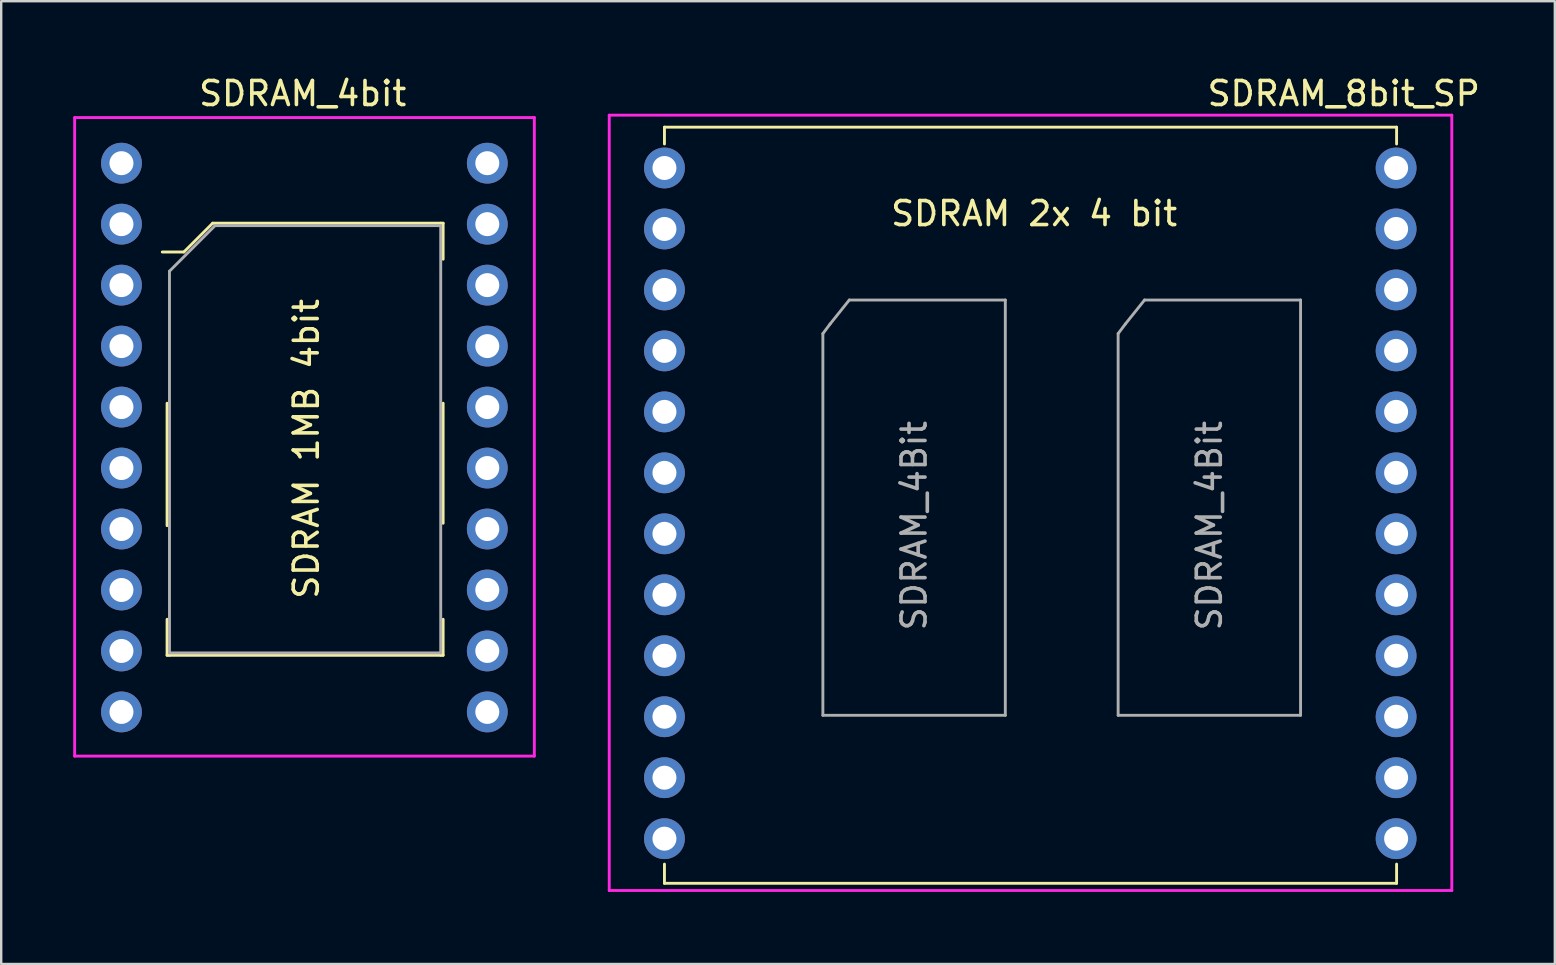
<source format=kicad_pcb>
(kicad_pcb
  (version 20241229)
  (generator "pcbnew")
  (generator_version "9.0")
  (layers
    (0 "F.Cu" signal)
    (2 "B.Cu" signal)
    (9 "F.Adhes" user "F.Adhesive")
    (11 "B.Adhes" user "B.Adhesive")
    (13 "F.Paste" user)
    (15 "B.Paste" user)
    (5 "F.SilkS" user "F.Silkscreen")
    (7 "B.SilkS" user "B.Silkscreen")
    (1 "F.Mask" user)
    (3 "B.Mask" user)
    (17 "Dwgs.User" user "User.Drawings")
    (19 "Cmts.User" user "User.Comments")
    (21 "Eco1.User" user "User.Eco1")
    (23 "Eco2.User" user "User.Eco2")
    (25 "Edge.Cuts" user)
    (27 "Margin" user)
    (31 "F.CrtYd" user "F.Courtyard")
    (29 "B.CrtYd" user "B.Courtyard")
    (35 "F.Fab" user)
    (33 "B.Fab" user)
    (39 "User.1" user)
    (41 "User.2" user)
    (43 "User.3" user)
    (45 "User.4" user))
  (footprint "SDRAM_4bit"
    (layer "F.Cu")
    (at 2.01 3.748)
    (property "Reference" "SDRAM_4bit" (at 7.55 -2.9 0) (layer "F.SilkS") (effects (font (size 1 1) (thickness 0.15))))
    (attr through_hole)
    (fp_line (start 1.9 10) (end 1.9 15.1) (stroke (width 0.12) (type solid)) (layer "F.SilkS"))
    (fp_line (start 1.9 20.5) (end 1.9 19) (stroke (width 0.12) (type solid)) (layer "F.SilkS"))
    (fp_line (start 2 20.5) (end 1.9 20.5) (stroke (width 0.12) (type solid)) (layer "F.SilkS"))
    (fp_line (start 2 20.5) (end 13.3 20.5) (stroke (width 0.12) (type solid)) (layer "F.SilkS"))
    (fp_line (start 2.6 3.7) (end 1.7 3.7) (stroke (width 0.12) (type solid)) (layer "F.SilkS"))
    (fp_line (start 3.8 2.5) (end 2.6 3.7) (stroke (width 0.12) (type solid)) (layer "F.SilkS"))
    (fp_line (start 13.3 2.5) (end 3.8 2.5) (stroke (width 0.12) (type solid)) (layer "F.SilkS"))
    (fp_line (start 13.3 2.5) (end 13.4 2.5) (stroke (width 0.12) (type solid)) (layer "F.SilkS"))
    (fp_line (start 13.3 20.5) (end 13.4 20.5) (stroke (width 0.12) (type solid)) (layer "F.SilkS"))
    (fp_line (start 13.4 2.5) (end 13.4 4) (stroke (width 0.12) (type solid)) (layer "F.SilkS"))
    (fp_line (start 13.4 10) (end 13.4 15) (stroke (width 0.12) (type solid)) (layer "F.SilkS"))
    (fp_line (start 13.4 20.5) (end 13.4 19) (stroke (width 0.12) (type solid)) (layer "F.SilkS"))
    (fp_line (start -1.95 -1.9) (end -1.95 24.7) (stroke (width 0.12) (type solid)) (layer "F.CrtYd"))
    (fp_line (start -1.95 -1.9) (end 17.2 -1.9) (stroke (width 0.12) (type solid)) (layer "F.CrtYd"))
    (fp_line (start -1.95 24.7) (end 17.2 24.7) (stroke (width 0.12) (type solid)) (layer "F.CrtYd"))
    (fp_line (start 17.2 -1.9) (end 17.2 24.7) (stroke (width 0.12) (type solid)) (layer "F.CrtYd"))
    (fp_line (start 2 4.5) (end 2 20.4) (stroke (width 0.12) (type solid)) (layer "F.Fab"))
    (fp_line (start 2 20.4) (end 13.3 20.4) (stroke (width 0.12) (type solid)) (layer "F.Fab"))
    (fp_line (start 3.9 2.6) (end 2 4.5) (stroke (width 0.12) (type solid)) (layer "F.Fab"))
    (fp_line (start 13.3 2.6) (end 3.9 2.6) (stroke (width 0.12) (type solid)) (layer "F.Fab"))
    (fp_line (start 13.3 20.4) (end 13.3 2.6) (stroke (width 0.12) (type solid)) (layer "F.Fab"))
    (fp_text user "SDRAM 1MB 4bit" (at 7.7 11.9 90) (layer "F.SilkS") (effects (font (size 1 1) (thickness 0.15))))
    (pad "1" thru_hole oval (at 0 0) (size 1.7 1.7) (drill 1) (layers "*.Cu" "*.Mask"))
    (pad "2" thru_hole oval (at 0 2.54) (size 1.7 1.7) (drill 1) (layers "*.Cu" "*.Mask"))
    (pad "3" thru_hole oval (at 0 5.08) (size 1.7 1.7) (drill 1) (layers "*.Cu" "*.Mask"))
    (pad "4" thru_hole oval (at 0 7.62) (size 1.7 1.7) (drill 1) (layers "*.Cu" "*.Mask"))
    (pad "5" thru_hole oval (at 0 10.16) (size 1.7 1.7) (drill 1) (layers "*.Cu" "*.Mask"))
    (pad "6" thru_hole oval (at 0 12.7) (size 1.7 1.7) (drill 1) (layers "*.Cu" "*.Mask"))
    (pad "7" thru_hole oval (at 0 15.24) (size 1.7 1.7) (drill 1) (layers "*.Cu" "*.Mask"))
    (pad "8" thru_hole oval (at 0 17.78) (size 1.7 1.7) (drill 1) (layers "*.Cu" "*.Mask"))
    (pad "9" thru_hole oval (at 0 20.32) (size 1.7 1.7) (drill 1) (layers "*.Cu" "*.Mask"))
    (pad "10" thru_hole oval (at 0 22.86) (size 1.7 1.7) (drill 1) (layers "*.Cu" "*.Mask"))
    (pad "11" thru_hole oval (at 15.24 22.86) (size 1.7 1.7) (drill 1) (layers "*.Cu" "*.Mask"))
    (pad "12" thru_hole oval (at 15.24 20.32) (size 1.7 1.7) (drill 1) (layers "*.Cu" "*.Mask"))
    (pad "13" thru_hole oval (at 15.24 17.78) (size 1.7 1.7) (drill 1) (layers "*.Cu" "*.Mask"))
    (pad "14" thru_hole oval (at 15.24 15.24) (size 1.7 1.7) (drill 1) (layers "*.Cu" "*.Mask"))
    (pad "15" thru_hole oval (at 15.24 12.7) (size 1.7 1.7) (drill 1) (layers "*.Cu" "*.Mask"))
    (pad "16" thru_hole oval (at 15.24 10.16) (size 1.7 1.7) (drill 1) (layers "*.Cu" "*.Mask"))
    (pad "17" thru_hole oval (at 15.24 7.62) (size 1.7 1.7) (drill 1) (layers "*.Cu" "*.Mask"))
    (pad "18" thru_hole oval (at 15.24 5.08) (size 1.7 1.7) (drill 1) (layers "*.Cu" "*.Mask"))
    (pad "19" thru_hole oval (at 15.24 2.54) (size 1.7 1.7) (drill 1) (layers "*.Cu" "*.Mask"))
    (pad "20" thru_hole oval (at 15.24 0) (size 1.7 1.7) (drill 1) (layers "*.Cu" "*.Mask")))
  (footprint "SDRAM_8bit_SP"
    (layer "F.Cu")
    (at 24.63 3.948)
    (property "Reference" "SDRAM_8bit_SP" (at 28.3 -3.1 0) (layer "F.SilkS") (effects (font (size 1 1) (thickness 0.15))))
    (attr through_hole)
    (fp_line (start 0 -1.7) (end 30.5 -1.7) (stroke (width 0.12) (type solid)) (layer "F.SilkS"))
    (fp_line (start 0 -1) (end 0 -1.7) (stroke (width 0.12) (type solid)) (layer "F.SilkS"))
    (fp_line (start 0 29) (end 0 29.8) (stroke (width 0.12) (type solid)) (layer "F.SilkS"))
    (fp_line (start 0 29.8) (end 30.5 29.8) (stroke (width 0.12) (type solid)) (layer "F.SilkS"))
    (fp_line (start 30.5 -1.7) (end 30.5 -1) (stroke (width 0.12) (type solid)) (layer "F.SilkS"))
    (fp_line (start 30.5 29.8) (end 30.5 29) (stroke (width 0.12) (type solid)) (layer "F.SilkS"))
    (fp_line (start -2.3 -2.2) (end -2.3 30.1) (stroke (width 0.12) (type solid)) (layer "F.CrtYd"))
    (fp_line (start 32.8 -2.2) (end -2.3 -2.2) (stroke (width 0.12) (type solid)) (layer "F.CrtYd"))
    (fp_line (start 32.8 30.1) (end -2.3 30.1) (stroke (width 0.12) (type solid)) (layer "F.CrtYd"))
    (fp_line (start 32.8 30.1) (end 32.8 -2.2) (stroke (width 0.12) (type solid)) (layer "F.CrtYd"))
    (fp_line (start 6.6 6.9) (end 6.9 6.5) (stroke (width 0.12) (type solid)) (layer "F.Fab"))
    (fp_line (start 6.6 22.8) (end 6.6 6.9) (stroke (width 0.12) (type solid)) (layer "F.Fab"))
    (fp_line (start 6.6 22.8) (end 14.2 22.8) (stroke (width 0.12) (type solid)) (layer "F.Fab"))
    (fp_line (start 7.7 5.5) (end 6.9 6.5) (stroke (width 0.12) (type solid)) (layer "F.Fab"))
    (fp_line (start 14.2 5.5) (end 7.7 5.5) (stroke (width 0.12) (type solid)) (layer "F.Fab"))
    (fp_line (start 14.2 22.8) (end 14.2 5.5) (stroke (width 0.12) (type solid)) (layer "F.Fab"))
    (fp_line (start 18.9 6.9) (end 19.2 6.5) (stroke (width 0.12) (type solid)) (layer "F.Fab"))
    (fp_line (start 18.9 22.8) (end 18.9 6.9) (stroke (width 0.12) (type solid)) (layer "F.Fab"))
    (fp_line (start 18.9 22.8) (end 26.5 22.8) (stroke (width 0.12) (type solid)) (layer "F.Fab"))
    (fp_line (start 20 5.5) (end 19.2 6.5) (stroke (width 0.12) (type solid)) (layer "F.Fab"))
    (fp_line (start 26.5 5.5) (end 20 5.5) (stroke (width 0.12) (type solid)) (layer "F.Fab"))
    (fp_line (start 26.5 22.8) (end 26.5 5.5) (stroke (width 0.12) (type solid)) (layer "F.Fab"))
    (fp_text user "SDRAM 2x 4 bit" (at 15.4 1.9 0) (layer "F.SilkS") (effects (font (size 1 1) (thickness 0.15))))
    (fp_text user "SDRAM_4Bit" (at 10.4 14.9 270) (layer "F.Fab") (effects (font (size 1 1) (thickness 0.15))))
    (fp_text user "SDRAM_4Bit" (at 22.7 14.9 270) (layer "F.Fab") (effects (font (size 1 1) (thickness 0.15))))
    (pad "1" thru_hole oval (at 0 0) (size 1.7 1.7) (drill 1) (layers "*.Cu" "*.Mask"))
    (pad "2" thru_hole oval (at 0 2.54) (size 1.7 1.7) (drill 1) (layers "*.Cu" "*.Mask"))
    (pad "3" thru_hole oval (at 0 5.08) (size 1.7 1.7) (drill 1) (layers "*.Cu" "*.Mask"))
    (pad "4" thru_hole oval (at 0 7.62) (size 1.7 1.7) (drill 1) (layers "*.Cu" "*.Mask"))
    (pad "5" thru_hole oval (at 0 10.16) (size 1.7 1.7) (drill 1) (layers "*.Cu" "*.Mask"))
    (pad "6" thru_hole oval (at 0 12.7) (size 1.7 1.7) (drill 1) (layers "*.Cu" "*.Mask"))
    (pad "7" thru_hole oval (at 0 15.24) (size 1.7 1.7) (drill 1) (layers "*.Cu" "*.Mask"))
    (pad "8" thru_hole oval (at 0 17.78) (size 1.7 1.7) (drill 1) (layers "*.Cu" "*.Mask"))
    (pad "9" thru_hole oval (at 0 20.32) (size 1.7 1.7) (drill 1) (layers "*.Cu" "*.Mask"))
    (pad "10" thru_hole oval (at 0 22.86) (size 1.7 1.7) (drill 1) (layers "*.Cu" "*.Mask"))
    (pad "11" thru_hole oval (at 0 25.4) (size 1.7 1.7) (drill 1) (layers "*.Cu" "*.Mask"))
    (pad "12" thru_hole oval (at 0 27.94) (size 1.7 1.7) (drill 1) (layers "*.Cu" "*.Mask"))
    (pad "13" thru_hole oval (at 30.48 27.94) (size 1.7 1.7) (drill 1) (layers "*.Cu" "*.Mask"))
    (pad "14" thru_hole oval (at 30.48 25.4) (size 1.7 1.7) (drill 1) (layers "*.Cu" "*.Mask"))
    (pad "15" thru_hole oval (at 30.48 22.86) (size 1.7 1.7) (drill 1) (layers "*.Cu" "*.Mask"))
    (pad "16" thru_hole oval (at 30.48 20.32) (size 1.7 1.7) (drill 1) (layers "*.Cu" "*.Mask"))
    (pad "17" thru_hole oval (at 30.48 17.78) (size 1.7 1.7) (drill 1) (layers "*.Cu" "*.Mask"))
    (pad "18" thru_hole oval (at 30.48 15.24) (size 1.7 1.7) (drill 1) (layers "*.Cu" "*.Mask"))
    (pad "19" thru_hole oval (at 30.48 12.7) (size 1.7 1.7) (drill 1) (layers "*.Cu" "*.Mask"))
    (pad "20" thru_hole oval (at 30.48 10.16) (size 1.7 1.7) (drill 1) (layers "*.Cu" "*.Mask"))
    (pad "21" thru_hole oval (at 30.48 7.62) (size 1.7 1.7) (drill 1) (layers "*.Cu" "*.Mask"))
    (pad "22" thru_hole oval (at 30.48 5.08) (size 1.7 1.7) (drill 1) (layers "*.Cu" "*.Mask"))
    (pad "23" thru_hole oval (at 30.48 2.54) (size 1.7 1.7) (drill 1) (layers "*.Cu" "*.Mask"))
    (pad "24" thru_hole oval (at 30.48 0) (size 1.7 1.7) (drill 1) (layers "*.Cu" "*.Mask")))
  (gr_rect
    (start -3 -3)
    (end 61.722 37.108)
    (stroke (width 0.1) (type default))
    (fill no)
    (layer "Edge.Cuts")))
</source>
